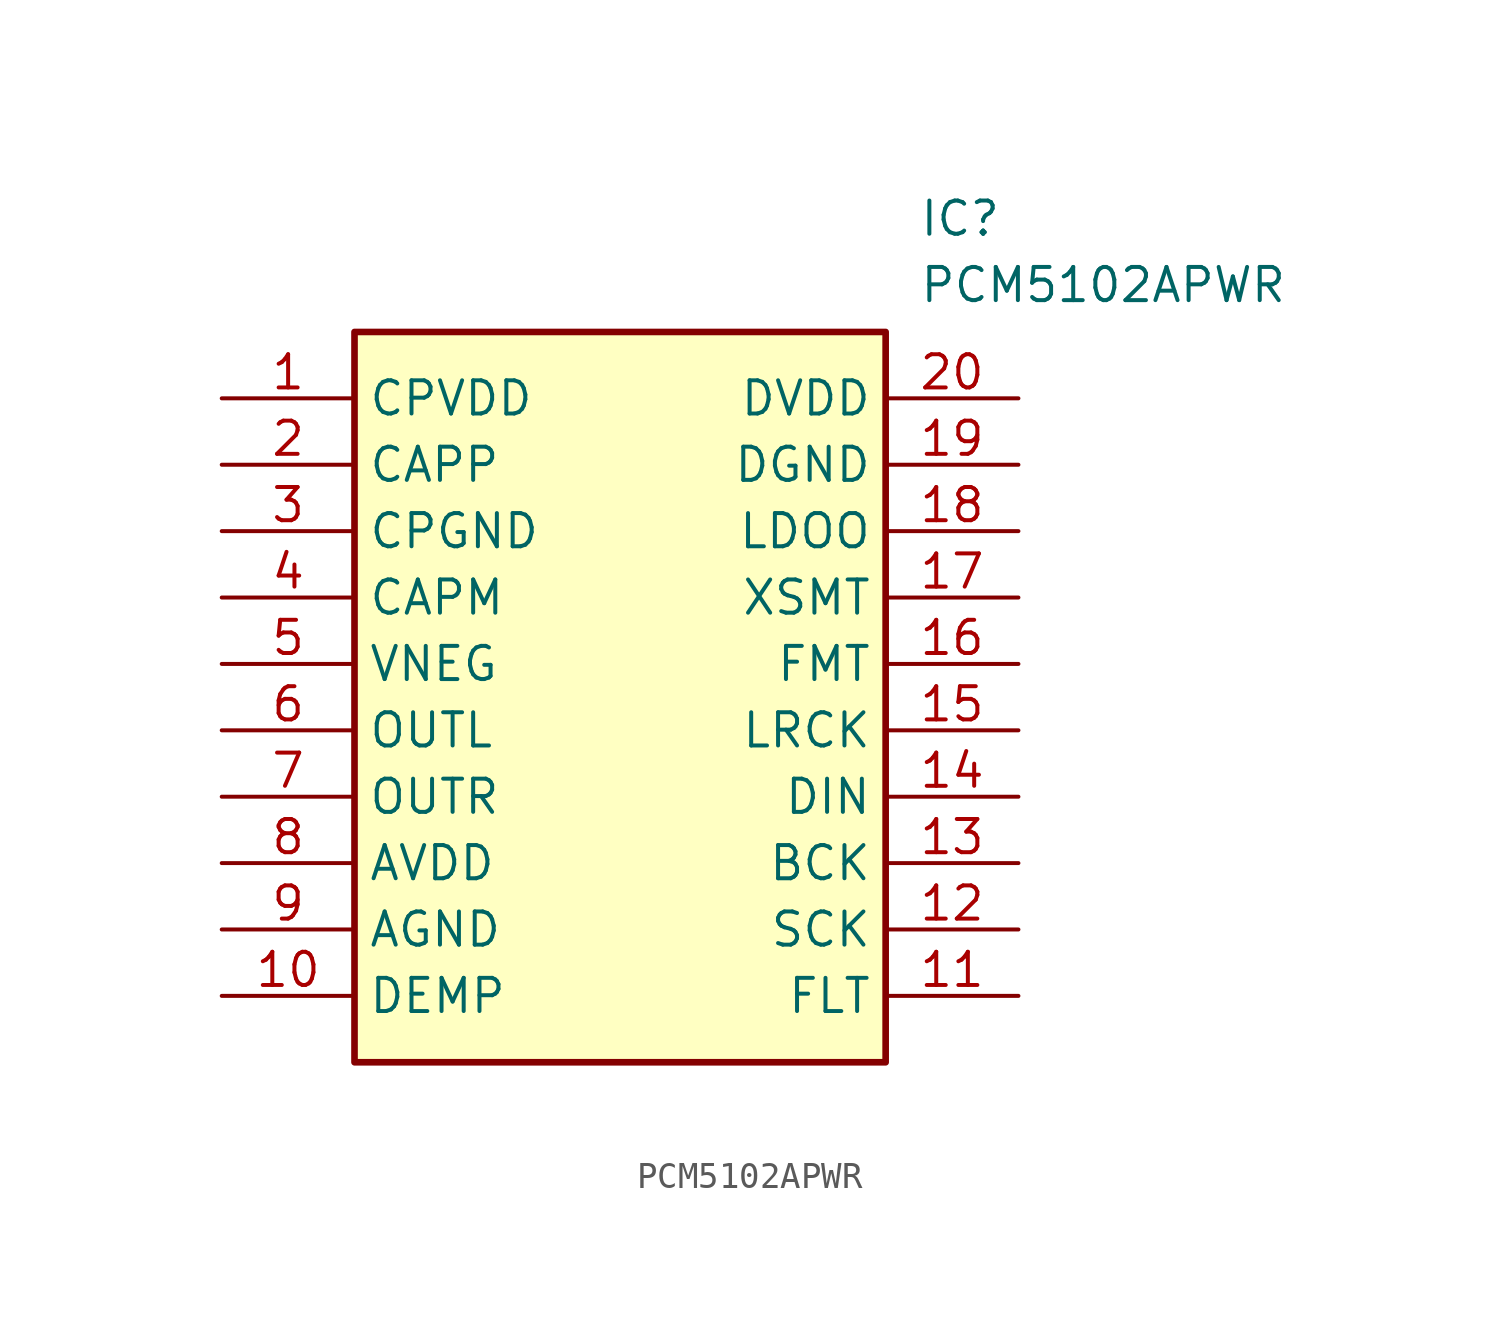
<source format=kicad_sym>
(kicad_symbol_lib
  (version 20211014)
  (generator SamacSys_ECAD_Model)
  (symbol "PCM5102APWR"
    (property "Reference" "IC"
      (at 26.67 7.62 0)
      (effects (font (size 1.27 1.27)) (justify left top)))
    (property "Value" "PCM5102APWR"
      (at 26.67 5.08 0)
      (effects (font (size 1.27 1.27)) (justify left top)))
    (rectangle
      (start 5.08 2.54)
      (end 25.4 -25.4)
      (stroke (width 0.254) (type default))
      (fill (type background)))
    (pin passive line
      (at 0 0 0)
      (length 5.08)
      (name "CPVDD" (effects (font (size 1.27 1.27))))
      (number "1" (effects (font (size 1.27 1.27)))))
    (pin passive line
      (at 0 -2.54 0)
      (length 5.08)
      (name "CAPP" (effects (font (size 1.27 1.27))))
      (number "2" (effects (font (size 1.27 1.27)))))
    (pin passive line
      (at 0 -5.08 0)
      (length 5.08)
      (name "CPGND" (effects (font (size 1.27 1.27))))
      (number "3" (effects (font (size 1.27 1.27)))))
    (pin passive line
      (at 0 -7.62 0)
      (length 5.08)
      (name "CAPM" (effects (font (size 1.27 1.27))))
      (number "4" (effects (font (size 1.27 1.27)))))
    (pin passive line
      (at 0 -10.16 0)
      (length 5.08)
      (name "VNEG" (effects (font (size 1.27 1.27))))
      (number "5" (effects (font (size 1.27 1.27)))))
    (pin passive line
      (at 0 -12.7 0)
      (length 5.08)
      (name "OUTL" (effects (font (size 1.27 1.27))))
      (number "6" (effects (font (size 1.27 1.27)))))
    (pin passive line
      (at 0 -15.24 0)
      (length 5.08)
      (name "OUTR" (effects (font (size 1.27 1.27))))
      (number "7" (effects (font (size 1.27 1.27)))))
    (pin passive line
      (at 0 -17.78 0)
      (length 5.08)
      (name "AVDD" (effects (font (size 1.27 1.27))))
      (number "8" (effects (font (size 1.27 1.27)))))
    (pin passive line
      (at 0 -20.32 0)
      (length 5.08)
      (name "AGND" (effects (font (size 1.27 1.27))))
      (number "9" (effects (font (size 1.27 1.27)))))
    (pin passive line
      (at 0 -22.86 0)
      (length 5.08)
      (name "DEMP" (effects (font (size 1.27 1.27))))
      (number "10" (effects (font (size 1.27 1.27)))))
    (pin passive line
      (at 30.48 0 180)
      (length 5.08)
      (name "DVDD" (effects (font (size 1.27 1.27))))
      (number "20" (effects (font (size 1.27 1.27)))))
    (pin passive line
      (at 30.48 -2.54 180)
      (length 5.08)
      (name "DGND" (effects (font (size 1.27 1.27))))
      (number "19" (effects (font (size 1.27 1.27)))))
    (pin passive line
      (at 30.48 -5.08 180)
      (length 5.08)
      (name "LDOO" (effects (font (size 1.27 1.27))))
      (number "18" (effects (font (size 1.27 1.27)))))
    (pin passive line
      (at 30.48 -7.62 180)
      (length 5.08)
      (name "XSMT" (effects (font (size 1.27 1.27))))
      (number "17" (effects (font (size 1.27 1.27)))))
    (pin passive line
      (at 30.48 -10.16 180)
      (length 5.08)
      (name "FMT" (effects (font (size 1.27 1.27))))
      (number "16" (effects (font (size 1.27 1.27)))))
    (pin passive line
      (at 30.48 -12.7 180)
      (length 5.08)
      (name "LRCK" (effects (font (size 1.27 1.27))))
      (number "15" (effects (font (size 1.27 1.27)))))
    (pin passive line
      (at 30.48 -15.24 180)
      (length 5.08)
      (name "DIN" (effects (font (size 1.27 1.27))))
      (number "14" (effects (font (size 1.27 1.27)))))
    (pin passive line
      (at 30.48 -17.78 180)
      (length 5.08)
      (name "BCK" (effects (font (size 1.27 1.27))))
      (number "13" (effects (font (size 1.27 1.27)))))
    (pin passive line
      (at 30.48 -20.32 180)
      (length 5.08)
      (name "SCK" (effects (font (size 1.27 1.27))))
      (number "12" (effects (font (size 1.27 1.27)))))
    (pin passive line
      (at 30.48 -22.86 180)
      (length 5.08)
      (name "FLT" (effects (font (size 1.27 1.27))))
      (number "11" (effects (font (size 1.27 1.27)))))))
</source>
